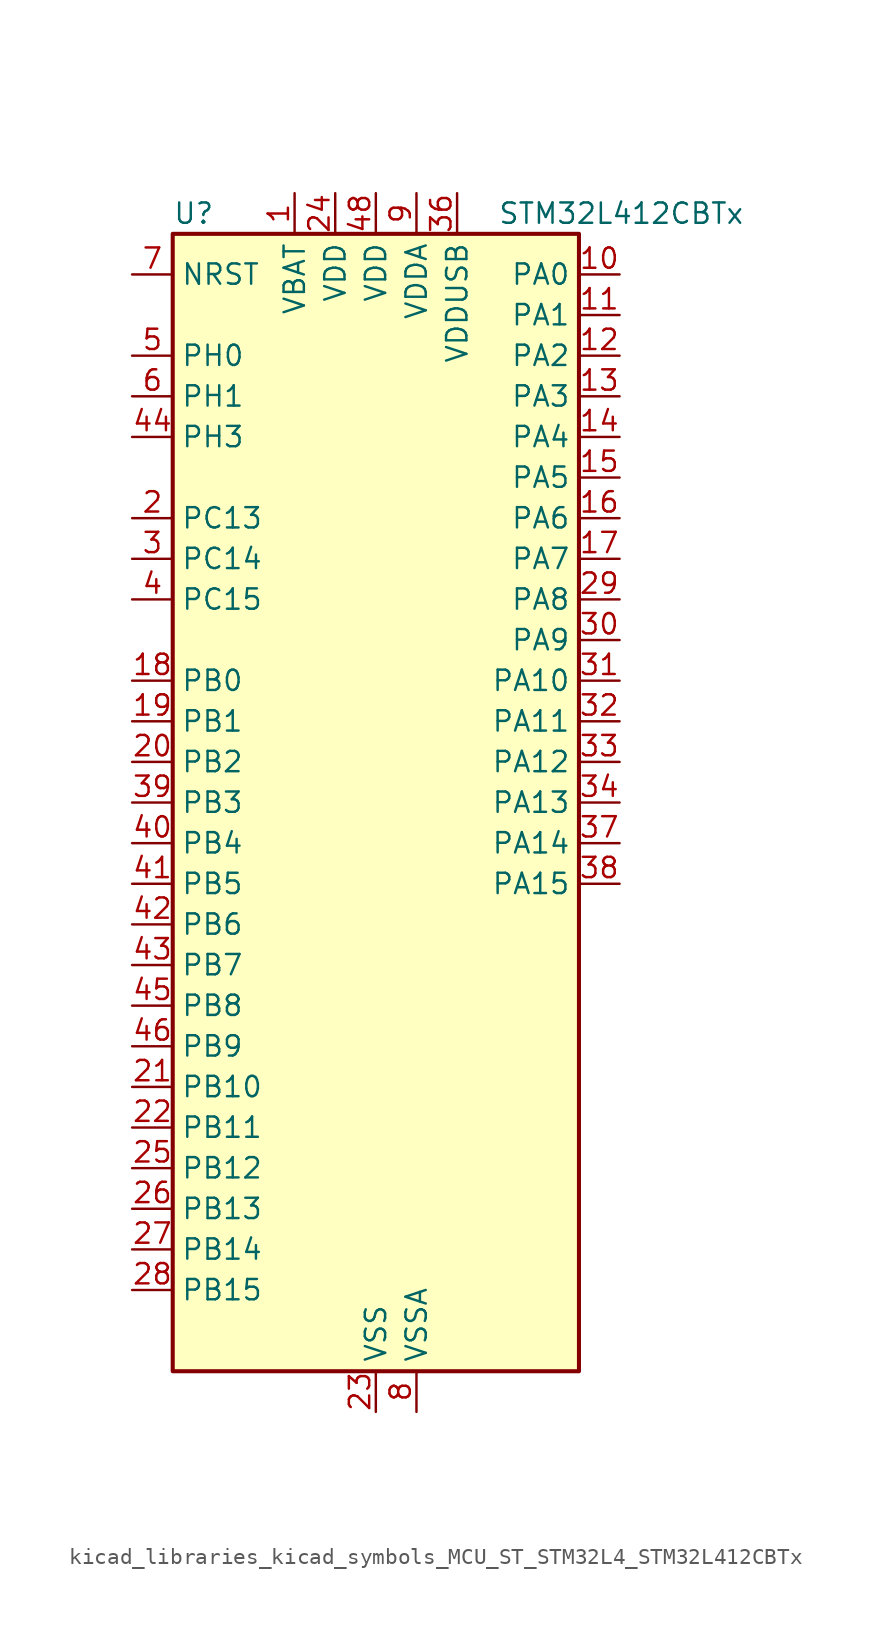
<source format=kicad_sym>
(kicad_symbol_lib
  (version 20220914)
  (generator kicad_symbol_editor)
  (symbol "kicad_libraries_kicad_symbols_MCU_ST_STM32L4_STM32L412CBTx"
    (property "Reference" "U"
      (at -12.7 36.83 0)
      (effects (font (size 1.27 1.27)) (justify left)))
    (property "Value" "STM32L412CBTx"
      (at 7.62 36.83 0)
      (effects (font (size 1.27 1.27)) (justify left)))
    (property "ki_locked" ""
      (at 0 0 0)
      (effects (font (size 1.27 1.27))))
    (symbol "kicad_libraries_kicad_symbols_MCU_ST_STM32L4_STM32L412CBTx_0_1"
      (rectangle (start -12.7 -35.56) (end 12.7 35.56) (stroke (width 0.254) (type default)) (fill (type background))))
    (symbol "kicad_libraries_kicad_symbols_MCU_ST_STM32L4_STM32L412CBTx_1_1"
      (pin power_in line (at -5.08 38.1 270) (length 2.54) (name "VBAT" (effects (font (size 1.27 1.27)))) (number "1" (effects (font (size 1.27 1.27)))))
      (pin bidirectional line (at 15.24 33.02 180) (length 2.54) (name "PA0" (effects (font (size 1.27 1.27)))) (number "10" (effects (font (size 1.27 1.27)))) (alternate "ADC1_IN5" bidirectional line) (alternate "COMP1_INM" bidirectional line) (alternate "COMP1_OUT" bidirectional line) (alternate "OPAMP1_VINP" bidirectional line) (alternate "RTC_TAMP2" bidirectional line) (alternate "SYS_WKUP1" bidirectional line) (alternate "TIM2_CH1" bidirectional line) (alternate "TIM2_ETR" bidirectional line) (alternate "USART2_CTS" bidirectional line))
      (pin bidirectional line (at 15.24 30.48 180) (length 2.54) (name "PA1" (effects (font (size 1.27 1.27)))) (number "11" (effects (font (size 1.27 1.27)))) (alternate "ADC1_IN6" bidirectional line) (alternate "COMP1_INP" bidirectional line) (alternate "I2C1_SMBA" bidirectional line) (alternate "OPAMP1_VINM" bidirectional line) (alternate "SPI1_SCK" bidirectional line) (alternate "TIM15_CH1N" bidirectional line) (alternate "TIM2_CH2" bidirectional line) (alternate "USART2_DE" bidirectional line) (alternate "USART2_RTS" bidirectional line))
      (pin bidirectional line (at 15.24 27.94 180) (length 2.54) (name "PA2" (effects (font (size 1.27 1.27)))) (number "12" (effects (font (size 1.27 1.27)))) (alternate "ADC1_IN7" bidirectional line) (alternate "ADC2_IN7" bidirectional line) (alternate "LPUART1_TX" bidirectional line) (alternate "QUADSPI_BK1_NCS" bidirectional line) (alternate "RCC_LSCO" bidirectional line) (alternate "SYS_WKUP4" bidirectional line) (alternate "TIM15_CH1" bidirectional line) (alternate "TIM2_CH3" bidirectional line) (alternate "USART2_TX" bidirectional line))
      (pin bidirectional line (at 15.24 25.4 180) (length 2.54) (name "PA3" (effects (font (size 1.27 1.27)))) (number "13" (effects (font (size 1.27 1.27)))) (alternate "ADC1_IN8" bidirectional line) (alternate "ADC2_IN8" bidirectional line) (alternate "LPUART1_RX" bidirectional line) (alternate "OPAMP1_VOUT" bidirectional line) (alternate "QUADSPI_CLK" bidirectional line) (alternate "TIM15_CH2" bidirectional line) (alternate "TIM2_CH4" bidirectional line) (alternate "USART2_RX" bidirectional line))
      (pin bidirectional line (at 15.24 22.86 180) (length 2.54) (name "PA4" (effects (font (size 1.27 1.27)))) (number "14" (effects (font (size 1.27 1.27)))) (alternate "ADC1_IN9" bidirectional line) (alternate "ADC2_IN9" bidirectional line) (alternate "COMP1_INM" bidirectional line) (alternate "LPTIM2_OUT" bidirectional line) (alternate "SPI1_NSS" bidirectional line) (alternate "USART2_CK" bidirectional line))
      (pin bidirectional line (at 15.24 20.32 180) (length 2.54) (name "PA5" (effects (font (size 1.27 1.27)))) (number "15" (effects (font (size 1.27 1.27)))) (alternate "ADC1_IN10" bidirectional line) (alternate "ADC2_IN10" bidirectional line) (alternate "COMP1_INM" bidirectional line) (alternate "LPTIM2_ETR" bidirectional line) (alternate "SPI1_SCK" bidirectional line) (alternate "TIM2_CH1" bidirectional line) (alternate "TIM2_ETR" bidirectional line))
      (pin bidirectional line (at 15.24 17.78 180) (length 2.54) (name "PA6" (effects (font (size 1.27 1.27)))) (number "16" (effects (font (size 1.27 1.27)))) (alternate "ADC1_IN11" bidirectional line) (alternate "ADC2_IN11" bidirectional line) (alternate "COMP1_OUT" bidirectional line) (alternate "LPUART1_CTS" bidirectional line) (alternate "QUADSPI_BK1_IO3" bidirectional line) (alternate "SPI1_MISO" bidirectional line) (alternate "TIM16_CH1" bidirectional line) (alternate "TIM1_BKIN" bidirectional line) (alternate "USART3_CTS" bidirectional line))
      (pin bidirectional line (at 15.24 15.24 180) (length 2.54) (name "PA7" (effects (font (size 1.27 1.27)))) (number "17" (effects (font (size 1.27 1.27)))) (alternate "ADC1_IN12" bidirectional line) (alternate "ADC2_IN12" bidirectional line) (alternate "I2C3_SCL" bidirectional line) (alternate "QUADSPI_BK1_IO2" bidirectional line) (alternate "SPI1_MOSI" bidirectional line) (alternate "TIM1_CH1N" bidirectional line))
      (pin bidirectional line (at -15.24 7.62 0) (length 2.54) (name "PB0" (effects (font (size 1.27 1.27)))) (number "18" (effects (font (size 1.27 1.27)))) (alternate "ADC1_IN15" bidirectional line) (alternate "ADC2_IN15" bidirectional line) (alternate "COMP1_OUT" bidirectional line) (alternate "QUADSPI_BK1_IO1" bidirectional line) (alternate "SPI1_NSS" bidirectional line) (alternate "SYS_TRACED0" bidirectional line) (alternate "TIM1_CH2N" bidirectional line) (alternate "USART3_CK" bidirectional line))
      (pin bidirectional line (at -15.24 5.08 0) (length 2.54) (name "PB1" (effects (font (size 1.27 1.27)))) (number "19" (effects (font (size 1.27 1.27)))) (alternate "ADC1_IN16" bidirectional line) (alternate "ADC2_IN16" bidirectional line) (alternate "COMP1_INM" bidirectional line) (alternate "LPTIM2_IN1" bidirectional line) (alternate "LPUART1_DE" bidirectional line) (alternate "LPUART1_RTS" bidirectional line) (alternate "QUADSPI_BK1_IO0" bidirectional line) (alternate "SYS_TRACED1" bidirectional line) (alternate "TIM1_CH3N" bidirectional line) (alternate "USART3_DE" bidirectional line) (alternate "USART3_RTS" bidirectional line))
      (pin bidirectional line (at -15.24 17.78 0) (length 2.54) (name "PC13" (effects (font (size 1.27 1.27)))) (number "2" (effects (font (size 1.27 1.27)))) (alternate "RTC_OUT_ALARM" bidirectional line) (alternate "RTC_OUT_CALIB" bidirectional line) (alternate "RTC_TAMP1" bidirectional line) (alternate "RTC_TS" bidirectional line) (alternate "SYS_WKUP2" bidirectional line))
      (pin bidirectional line (at -15.24 2.54 0) (length 2.54) (name "PB2" (effects (font (size 1.27 1.27)))) (number "20" (effects (font (size 1.27 1.27)))) (alternate "COMP1_INP" bidirectional line) (alternate "I2C3_SMBA" bidirectional line) (alternate "LPTIM1_OUT" bidirectional line) (alternate "RTC_OUT_ALARM" bidirectional line) (alternate "RTC_OUT_CALIB" bidirectional line))
      (pin bidirectional line (at -15.24 -17.78 0) (length 2.54) (name "PB10" (effects (font (size 1.27 1.27)))) (number "21" (effects (font (size 1.27 1.27)))) (alternate "COMP1_OUT" bidirectional line) (alternate "I2C2_SCL" bidirectional line) (alternate "LPUART1_RX" bidirectional line) (alternate "QUADSPI_CLK" bidirectional line) (alternate "SPI2_SCK" bidirectional line) (alternate "TIM2_CH3" bidirectional line) (alternate "TSC_SYNC" bidirectional line) (alternate "USART3_TX" bidirectional line))
      (pin bidirectional line (at -15.24 -20.32 0) (length 2.54) (name "PB11" (effects (font (size 1.27 1.27)))) (number "22" (effects (font (size 1.27 1.27)))) (alternate "ADC1_EXTI11" bidirectional line) (alternate "ADC2_EXTI11" bidirectional line) (alternate "I2C2_SDA" bidirectional line) (alternate "LPUART1_TX" bidirectional line) (alternate "QUADSPI_BK1_NCS" bidirectional line) (alternate "TIM2_CH4" bidirectional line) (alternate "USART3_RX" bidirectional line))
      (pin power_in line (at 0 -38.1 90) (length 2.54) (name "VSS" (effects (font (size 1.27 1.27)))) (number "23" (effects (font (size 1.27 1.27)))))
      (pin power_in line (at -2.54 38.1 270) (length 2.54) (name "VDD" (effects (font (size 1.27 1.27)))) (number "24" (effects (font (size 1.27 1.27)))))
      (pin bidirectional line (at -15.24 -22.86 0) (length 2.54) (name "PB12" (effects (font (size 1.27 1.27)))) (number "25" (effects (font (size 1.27 1.27)))) (alternate "I2C2_SMBA" bidirectional line) (alternate "LPUART1_DE" bidirectional line) (alternate "LPUART1_RTS" bidirectional line) (alternate "SPI2_NSS" bidirectional line) (alternate "TIM15_BKIN" bidirectional line) (alternate "TIM1_BKIN" bidirectional line) (alternate "TSC_G1_IO1" bidirectional line) (alternate "USART3_CK" bidirectional line))
      (pin bidirectional line (at -15.24 -25.4 0) (length 2.54) (name "PB13" (effects (font (size 1.27 1.27)))) (number "26" (effects (font (size 1.27 1.27)))) (alternate "I2C2_SCL" bidirectional line) (alternate "LPUART1_CTS" bidirectional line) (alternate "SPI2_SCK" bidirectional line) (alternate "TIM15_CH1N" bidirectional line) (alternate "TIM1_CH1N" bidirectional line) (alternate "TSC_G1_IO2" bidirectional line) (alternate "USART3_CTS" bidirectional line))
      (pin bidirectional line (at -15.24 -27.94 0) (length 2.54) (name "PB14" (effects (font (size 1.27 1.27)))) (number "27" (effects (font (size 1.27 1.27)))) (alternate "I2C2_SDA" bidirectional line) (alternate "SPI2_MISO" bidirectional line) (alternate "TIM15_CH1" bidirectional line) (alternate "TIM1_CH2N" bidirectional line) (alternate "TSC_G1_IO3" bidirectional line) (alternate "USART3_DE" bidirectional line) (alternate "USART3_RTS" bidirectional line))
      (pin bidirectional line (at -15.24 -30.48 0) (length 2.54) (name "PB15" (effects (font (size 1.27 1.27)))) (number "28" (effects (font (size 1.27 1.27)))) (alternate "ADC1_EXTI15" bidirectional line) (alternate "ADC2_EXTI15" bidirectional line) (alternate "RTC_REFIN" bidirectional line) (alternate "SPI2_MOSI" bidirectional line) (alternate "TIM15_CH2" bidirectional line) (alternate "TIM1_CH3N" bidirectional line) (alternate "TSC_G1_IO4" bidirectional line))
      (pin bidirectional line (at 15.24 12.7 180) (length 2.54) (name "PA8" (effects (font (size 1.27 1.27)))) (number "29" (effects (font (size 1.27 1.27)))) (alternate "LPTIM2_OUT" bidirectional line) (alternate "RCC_MCO" bidirectional line) (alternate "TIM1_CH1" bidirectional line) (alternate "USART1_CK" bidirectional line))
      (pin bidirectional line (at -15.24 15.24 0) (length 2.54) (name "PC14" (effects (font (size 1.27 1.27)))) (number "3" (effects (font (size 1.27 1.27)))) (alternate "RCC_OSC32_IN" bidirectional line))
      (pin bidirectional line (at 15.24 10.16 180) (length 2.54) (name "PA9" (effects (font (size 1.27 1.27)))) (number "30" (effects (font (size 1.27 1.27)))) (alternate "I2C1_SCL" bidirectional line) (alternate "TIM15_BKIN" bidirectional line) (alternate "TIM1_CH2" bidirectional line) (alternate "USART1_TX" bidirectional line))
      (pin bidirectional line (at 15.24 7.62 180) (length 2.54) (name "PA10" (effects (font (size 1.27 1.27)))) (number "31" (effects (font (size 1.27 1.27)))) (alternate "CRS_SYNC" bidirectional line) (alternate "I2C1_SDA" bidirectional line) (alternate "TIM1_CH3" bidirectional line) (alternate "USART1_RX" bidirectional line))
      (pin bidirectional line (at 15.24 5.08 180) (length 2.54) (name "PA11" (effects (font (size 1.27 1.27)))) (number "32" (effects (font (size 1.27 1.27)))) (alternate "ADC1_EXTI11" bidirectional line) (alternate "ADC2_EXTI11" bidirectional line) (alternate "COMP1_OUT" bidirectional line) (alternate "SPI1_MISO" bidirectional line) (alternate "TIM1_BKIN2" bidirectional line) (alternate "TIM1_BKIN2_COMP1" bidirectional line) (alternate "TIM1_CH4" bidirectional line) (alternate "USART1_CTS" bidirectional line) (alternate "USB_DM" bidirectional line))
      (pin bidirectional line (at 15.24 2.54 180) (length 2.54) (name "PA12" (effects (font (size 1.27 1.27)))) (number "33" (effects (font (size 1.27 1.27)))) (alternate "SPI1_MOSI" bidirectional line) (alternate "TIM1_ETR" bidirectional line) (alternate "USART1_DE" bidirectional line) (alternate "USART1_RTS" bidirectional line) (alternate "USB_DP" bidirectional line))
      (pin bidirectional line (at 15.24 0 180) (length 2.54) (name "PA13" (effects (font (size 1.27 1.27)))) (number "34" (effects (font (size 1.27 1.27)))) (alternate "IR_OUT" bidirectional line) (alternate "SYS_JTMS-SWDIO" bidirectional line) (alternate "USB_NOE" bidirectional line))
      (pin passive line (at 0 -38.1 90) (length 2.54) hide (name "VSS" (effects (font (size 1.27 1.27)))) (number "35" (effects (font (size 1.27 1.27)))))
      (pin power_in line (at 5.08 38.1 270) (length 2.54) (name "VDDUSB" (effects (font (size 1.27 1.27)))) (number "36" (effects (font (size 1.27 1.27)))))
      (pin bidirectional line (at 15.24 -2.54 180) (length 2.54) (name "PA14" (effects (font (size 1.27 1.27)))) (number "37" (effects (font (size 1.27 1.27)))) (alternate "I2C1_SMBA" bidirectional line) (alternate "LPTIM1_OUT" bidirectional line) (alternate "SYS_JTCK-SWCLK" bidirectional line))
      (pin bidirectional line (at 15.24 -5.08 180) (length 2.54) (name "PA15" (effects (font (size 1.27 1.27)))) (number "38" (effects (font (size 1.27 1.27)))) (alternate "ADC1_EXTI15" bidirectional line) (alternate "ADC2_EXTI15" bidirectional line) (alternate "SPI1_NSS" bidirectional line) (alternate "SYS_JTDI" bidirectional line) (alternate "TIM2_CH1" bidirectional line) (alternate "TIM2_ETR" bidirectional line) (alternate "USART2_RX" bidirectional line) (alternate "USART3_DE" bidirectional line) (alternate "USART3_RTS" bidirectional line))
      (pin bidirectional line (at -15.24 0 0) (length 2.54) (name "PB3" (effects (font (size 1.27 1.27)))) (number "39" (effects (font (size 1.27 1.27)))) (alternate "SPI1_SCK" bidirectional line) (alternate "SYS_JTDO-SWO" bidirectional line) (alternate "TIM2_CH2" bidirectional line) (alternate "USART1_DE" bidirectional line) (alternate "USART1_RTS" bidirectional line))
      (pin bidirectional line (at -15.24 12.7 0) (length 2.54) (name "PC15" (effects (font (size 1.27 1.27)))) (number "4" (effects (font (size 1.27 1.27)))) (alternate "ADC1_EXTI15" bidirectional line) (alternate "ADC2_EXTI15" bidirectional line) (alternate "RCC_OSC32_OUT" bidirectional line))
      (pin bidirectional line (at -15.24 -2.54 0) (length 2.54) (name "PB4" (effects (font (size 1.27 1.27)))) (number "40" (effects (font (size 1.27 1.27)))) (alternate "I2C3_SDA" bidirectional line) (alternate "SPI1_MISO" bidirectional line) (alternate "SYS_JTRST" bidirectional line) (alternate "TSC_G2_IO1" bidirectional line) (alternate "USART1_CTS" bidirectional line))
      (pin bidirectional line (at -15.24 -5.08 0) (length 2.54) (name "PB5" (effects (font (size 1.27 1.27)))) (number "41" (effects (font (size 1.27 1.27)))) (alternate "I2C1_SMBA" bidirectional line) (alternate "LPTIM1_IN1" bidirectional line) (alternate "SPI1_MOSI" bidirectional line) (alternate "SYS_TRACED2" bidirectional line) (alternate "TIM16_BKIN" bidirectional line) (alternate "TSC_G2_IO2" bidirectional line) (alternate "USART1_CK" bidirectional line))
      (pin bidirectional line (at -15.24 -7.62 0) (length 2.54) (name "PB6" (effects (font (size 1.27 1.27)))) (number "42" (effects (font (size 1.27 1.27)))) (alternate "I2C1_SCL" bidirectional line) (alternate "LPTIM1_ETR" bidirectional line) (alternate "SYS_TRACED3" bidirectional line) (alternate "TIM16_CH1N" bidirectional line) (alternate "TSC_G2_IO3" bidirectional line) (alternate "USART1_TX" bidirectional line))
      (pin bidirectional line (at -15.24 -10.16 0) (length 2.54) (name "PB7" (effects (font (size 1.27 1.27)))) (number "43" (effects (font (size 1.27 1.27)))) (alternate "I2C1_SDA" bidirectional line) (alternate "LPTIM1_IN2" bidirectional line) (alternate "SYS_PVD_IN" bidirectional line) (alternate "SYS_TRACECLK" bidirectional line) (alternate "TSC_G2_IO4" bidirectional line) (alternate "USART1_RX" bidirectional line))
      (pin bidirectional line (at -15.24 22.86 0) (length 2.54) (name "PH3" (effects (font (size 1.27 1.27)))) (number "44" (effects (font (size 1.27 1.27)))))
      (pin bidirectional line (at -15.24 -12.7 0) (length 2.54) (name "PB8" (effects (font (size 1.27 1.27)))) (number "45" (effects (font (size 1.27 1.27)))) (alternate "I2C1_SCL" bidirectional line) (alternate "TIM16_CH1" bidirectional line))
      (pin bidirectional line (at -15.24 -15.24 0) (length 2.54) (name "PB9" (effects (font (size 1.27 1.27)))) (number "46" (effects (font (size 1.27 1.27)))) (alternate "I2C1_SDA" bidirectional line) (alternate "IR_OUT" bidirectional line) (alternate "SPI2_NSS" bidirectional line))
      (pin passive line (at 0 -38.1 90) (length 2.54) hide (name "VSS" (effects (font (size 1.27 1.27)))) (number "47" (effects (font (size 1.27 1.27)))))
      (pin power_in line (at 0 38.1 270) (length 2.54) (name "VDD" (effects (font (size 1.27 1.27)))) (number "48" (effects (font (size 1.27 1.27)))))
      (pin bidirectional line (at -15.24 27.94 0) (length 2.54) (name "PH0" (effects (font (size 1.27 1.27)))) (number "5" (effects (font (size 1.27 1.27)))) (alternate "RCC_OSC_IN" bidirectional line))
      (pin bidirectional line (at -15.24 25.4 0) (length 2.54) (name "PH1" (effects (font (size 1.27 1.27)))) (number "6" (effects (font (size 1.27 1.27)))) (alternate "RCC_OSC_OUT" bidirectional line))
      (pin input line (at -15.24 33.02 0) (length 2.54) (name "NRST" (effects (font (size 1.27 1.27)))) (number "7" (effects (font (size 1.27 1.27)))))
      (pin power_in line (at 2.54 -38.1 90) (length 2.54) (name "VSSA" (effects (font (size 1.27 1.27)))) (number "8" (effects (font (size 1.27 1.27)))))
      (pin power_in line (at 2.54 38.1 270) (length 2.54) (name "VDDA" (effects (font (size 1.27 1.27)))) (number "9" (effects (font (size 1.27 1.27))))))))
</source>
